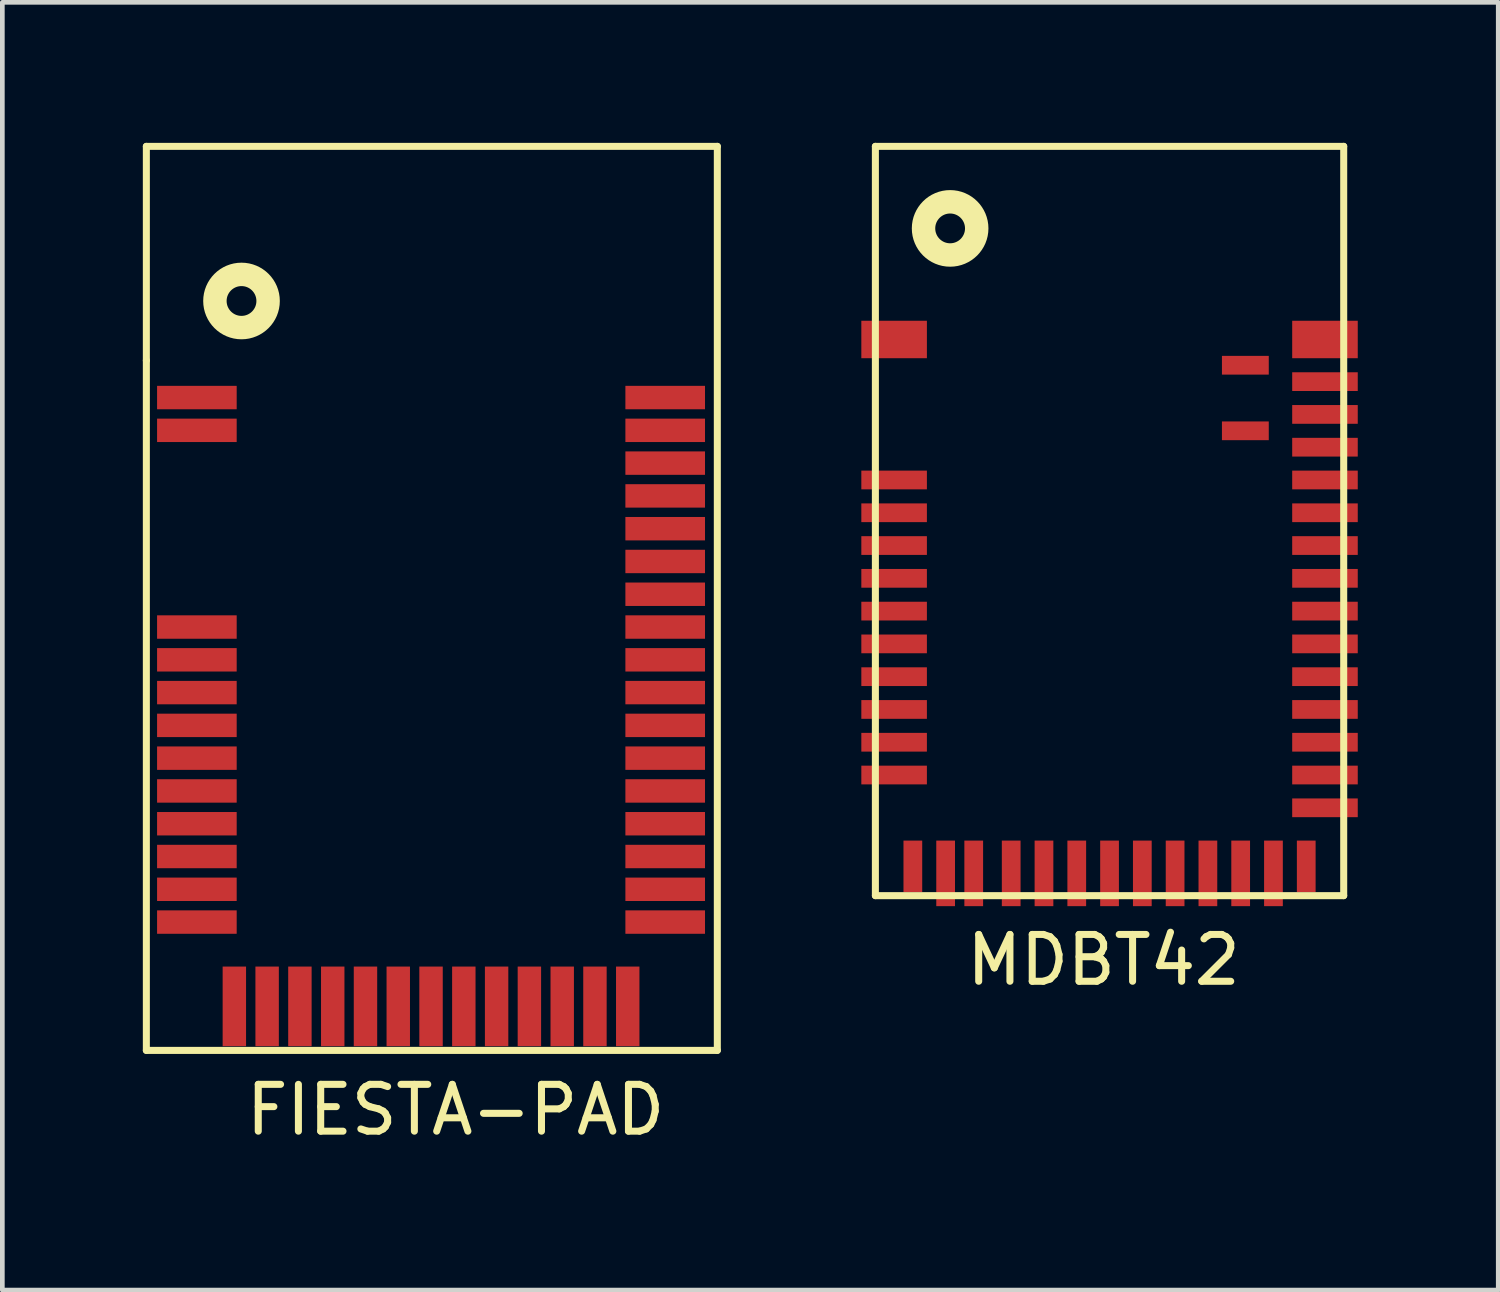
<source format=kicad_pcb>
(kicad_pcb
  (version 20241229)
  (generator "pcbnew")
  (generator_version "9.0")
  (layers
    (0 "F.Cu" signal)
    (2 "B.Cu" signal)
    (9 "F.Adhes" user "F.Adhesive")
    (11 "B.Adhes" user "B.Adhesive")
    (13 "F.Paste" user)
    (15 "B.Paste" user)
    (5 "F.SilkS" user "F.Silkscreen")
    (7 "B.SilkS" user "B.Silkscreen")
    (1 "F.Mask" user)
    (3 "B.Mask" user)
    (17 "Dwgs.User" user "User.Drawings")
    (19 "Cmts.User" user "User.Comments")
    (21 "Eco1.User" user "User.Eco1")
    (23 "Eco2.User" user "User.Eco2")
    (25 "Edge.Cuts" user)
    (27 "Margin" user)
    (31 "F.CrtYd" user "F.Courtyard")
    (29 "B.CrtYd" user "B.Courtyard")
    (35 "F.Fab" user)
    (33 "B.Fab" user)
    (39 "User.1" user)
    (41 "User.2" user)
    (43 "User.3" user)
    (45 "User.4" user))
  (footprint "FIESTA-PAD"
    (layer "F.Cu")
    (at 6.425 14.299)
    (property "Reference" "FIESTA-PAD" (at 0.254 6.35 0) (layer "F.SilkS") (effects (font (size 1 1) (thickness 0.15))))
    (attr through_hole)
    (fp_line (start -6.35 -14.224) (end -6.35 -9.652) (stroke (width 0.15) (type solid)) (layer "F.SilkS"))
    (fp_line (start -6.35 -9.652) (end -6.35 5.08) (stroke (width 0.15) (type solid)) (layer "F.SilkS"))
    (fp_line (start -6.35 5.08) (end 5.842 5.08) (stroke (width 0.15) (type solid)) (layer "F.SilkS"))
    (fp_line (start 5.842 -14.224) (end -6.35 -14.224) (stroke (width 0.15) (type solid)) (layer "F.SilkS"))
    (fp_line (start 5.842 5.08) (end 5.842 -14.224) (stroke (width 0.15) (type solid)) (layer "F.SilkS"))
    (fp_circle (center -4.318 -10.922) (end -4.826 -11.176) (stroke (width 0.5) (type solid)) (fill no) (layer "F.SilkS"))
    (pad "1" smd rect (at -5.271 -8.86) (size 1.7 0.5) (layers "F.Cu" "F.Mask" "F.Paste"))
    (pad "2" smd rect (at -5.271 -8.16) (size 1.7 0.5) (layers "F.Cu" "F.Mask" "F.Paste"))
    (pad "3" smd rect (at -5.271 -3.96) (size 1.7 0.5) (layers "F.Cu" "F.Mask" "F.Paste"))
    (pad "4" smd rect (at -5.271 -3.26) (size 1.7 0.5) (layers "F.Cu" "F.Mask" "F.Paste"))
    (pad "5" smd rect (at -5.271 -2.56) (size 1.7 0.5) (layers "F.Cu" "F.Mask" "F.Paste"))
    (pad "6" smd rect (at -5.271 -1.86) (size 1.7 0.5) (layers "F.Cu" "F.Mask" "F.Paste"))
    (pad "7" smd rect (at -5.271 -1.16) (size 1.7 0.5) (layers "F.Cu" "F.Mask" "F.Paste"))
    (pad "8" smd rect (at -5.271 -0.46) (size 1.7 0.5) (layers "F.Cu" "F.Mask" "F.Paste"))
    (pad "9" smd rect (at -5.271 0.24) (size 1.7 0.5) (layers "F.Cu" "F.Mask" "F.Paste"))
    (pad "10" smd rect (at -5.271 0.94) (size 1.7 0.5) (layers "F.Cu" "F.Mask" "F.Paste"))
    (pad "11" smd rect (at -5.271 1.64) (size 1.7 0.5) (layers "F.Cu" "F.Mask" "F.Paste"))
    (pad "12" smd rect (at -5.271 2.34) (size 1.7 0.5) (layers "F.Cu" "F.Mask" "F.Paste"))
    (pad "13" smd rect (at -4.471 4.14) (size 0.5 1.7) (layers "F.Cu" "F.Mask" "F.Paste"))
    (pad "14" smd rect (at -3.771 4.14) (size 0.5 1.7) (layers "F.Cu" "F.Mask" "F.Paste"))
    (pad "15" smd rect (at -3.071 4.14) (size 0.5 1.7) (layers "F.Cu" "F.Mask" "F.Paste"))
    (pad "16" smd rect (at -2.37 4.14) (size 0.5 1.7) (layers "F.Cu" "F.Mask" "F.Paste"))
    (pad "17" smd rect (at -1.671 4.14) (size 0.5 1.7) (layers "F.Cu" "F.Mask" "F.Paste"))
    (pad "18" smd rect (at -0.971 4.14) (size 0.5 1.7) (layers "F.Cu" "F.Mask" "F.Paste"))
    (pad "19" smd rect (at -0.271 4.14) (size 0.5 1.7) (layers "F.Cu" "F.Mask" "F.Paste"))
    (pad "20" smd rect (at 0.429 4.14) (size 0.5 1.7) (layers "F.Cu" "F.Mask" "F.Paste"))
    (pad "21" smd rect (at 1.129 4.14) (size 0.5 1.7) (layers "F.Cu" "F.Mask" "F.Paste"))
    (pad "22" smd rect (at 1.829 4.14) (size 0.5 1.7) (layers "F.Cu" "F.Mask" "F.Paste"))
    (pad "23" smd rect (at 2.53 4.14) (size 0.5 1.7) (layers "F.Cu" "F.Mask" "F.Paste"))
    (pad "24" smd rect (at 3.229 4.14) (size 0.5 1.7) (layers "F.Cu" "F.Mask" "F.Paste"))
    (pad "25" smd rect (at 3.929 4.14) (size 0.5 1.7) (layers "F.Cu" "F.Mask" "F.Paste"))
    (pad "26" smd rect (at 4.729 2.34) (size 1.7 0.5) (layers "F.Cu" "F.Mask" "F.Paste"))
    (pad "27" smd rect (at 4.729 1.64) (size 1.7 0.5) (layers "F.Cu" "F.Mask" "F.Paste"))
    (pad "28" smd rect (at 4.729 0.94) (size 1.7 0.5) (layers "F.Cu" "F.Mask" "F.Paste"))
    (pad "29" smd rect (at 4.729 0.24) (size 1.7 0.5) (layers "F.Cu" "F.Mask" "F.Paste"))
    (pad "30" smd rect (at 4.729 -0.46) (size 1.7 0.5) (layers "F.Cu" "F.Mask" "F.Paste"))
    (pad "31" smd rect (at 4.729 -1.16) (size 1.7 0.5) (layers "F.Cu" "F.Mask" "F.Paste"))
    (pad "32" smd rect (at 4.729 -1.86) (size 1.7 0.5) (layers "F.Cu" "F.Mask" "F.Paste"))
    (pad "33" smd rect (at 4.729 -2.56) (size 1.7 0.5) (layers "F.Cu" "F.Mask" "F.Paste"))
    (pad "34" smd rect (at 4.729 -3.26) (size 1.7 0.5) (layers "F.Cu" "F.Mask" "F.Paste"))
    (pad "35" smd rect (at 4.729 -3.96) (size 1.7 0.5) (layers "F.Cu" "F.Mask" "F.Paste"))
    (pad "36" smd rect (at 4.729 -4.66) (size 1.7 0.5) (layers "F.Cu" "F.Mask" "F.Paste"))
    (pad "37" smd rect (at 4.729 -5.36) (size 1.7 0.5) (layers "F.Cu" "F.Mask" "F.Paste"))
    (pad "38" smd rect (at 4.729 -6.06) (size 1.7 0.5) (layers "F.Cu" "F.Mask" "F.Paste"))
    (pad "39" smd rect (at 4.729 -6.76) (size 1.7 0.5) (layers "F.Cu" "F.Mask" "F.Paste"))
    (pad "40" smd rect (at 4.729 -7.46) (size 1.7 0.5) (layers "F.Cu" "F.Mask" "F.Paste"))
    (pad "41" smd rect (at 4.729 -8.16) (size 1.7 0.5) (layers "F.Cu" "F.Mask" "F.Paste"))
    (pad "42" smd rect (at 4.729 -8.86) (size 1.7 0.5) (layers "F.Cu" "F.Mask" "F.Paste")))
  (footprint "MDBT42"
    (layer "F.Cu")
    (at 20.642 7.999)
    (property "Reference" "MDBT42" (at -0.127 9.449 0) (layer "F.SilkS") (effects (font (size 1 1) (thickness 0.15))))
    (attr through_hole)
    (fp_line (start -5 -7.924) (end -5 8.076) (stroke (width 0.15) (type solid)) (layer "F.SilkS"))
    (fp_line (start -5 8.076) (end 5 8.076) (stroke (width 0.15) (type solid)) (layer "F.SilkS"))
    (fp_line (start 5 -7.924) (end -5 -7.924) (stroke (width 0.15) (type solid)) (layer "F.SilkS"))
    (fp_line (start 5 8.076) (end 5 -7.924) (stroke (width 0.15) (type solid)) (layer "F.SilkS"))
    (fp_circle (center -3.404 -6.172) (end -3.912 -6.426) (stroke (width 0.5) (type solid)) (fill no) (layer "F.SilkS"))
    (pad "1" smd rect (at -4.6 -3.8) (size 1.4 0.8) (layers "F.Cu" "F.Mask" "F.Paste"))
    (pad "2" smd rect (at -4.6 -0.8) (size 1.4 0.4) (layers "F.Cu" "F.Mask" "F.Paste"))
    (pad "3" smd rect (at -4.6 -0.1) (size 1.4 0.4) (layers "F.Cu" "F.Mask" "F.Paste"))
    (pad "4" smd rect (at -4.6 0.6) (size 1.4 0.4) (layers "F.Cu" "F.Mask" "F.Paste"))
    (pad "5" smd rect (at -4.6 1.3) (size 1.4 0.4) (layers "F.Cu" "F.Mask" "F.Paste"))
    (pad "6" smd rect (at -4.6 2) (size 1.4 0.4) (layers "F.Cu" "F.Mask" "F.Paste"))
    (pad "7" smd rect (at -4.6 2.7) (size 1.4 0.4) (layers "F.Cu" "F.Mask" "F.Paste"))
    (pad "8" smd rect (at -4.6 3.4) (size 1.4 0.4) (layers "F.Cu" "F.Mask" "F.Paste"))
    (pad "9" smd rect (at -4.6 4.1) (size 1.4 0.4) (layers "F.Cu" "F.Mask" "F.Paste"))
    (pad "10" smd rect (at -4.6 4.8) (size 1.4 0.4) (layers "F.Cu" "F.Mask" "F.Paste"))
    (pad "11" smd rect (at -4.6 5.5) (size 1.4 0.4) (layers "F.Cu" "F.Mask" "F.Paste"))
    (pad "12" smd rect (at -4.2 7.45) (size 0.4 1.1) (layers "F.Cu" "F.Mask" "F.Paste"))
    (pad "13" smd rect (at -3.5 7.6) (size 0.4 1.4) (layers "F.Cu" "F.Mask" "F.Paste"))
    (pad "14" smd rect (at -2.9 7.6) (size 0.4 1.4) (layers "F.Cu" "F.Mask" "F.Paste"))
    (pad "15" smd rect (at -2.1 7.6) (size 0.4 1.4) (layers "F.Cu" "F.Mask" "F.Paste"))
    (pad "16" smd rect (at -1.4 7.6) (size 0.4 1.4) (layers "F.Cu" "F.Mask" "F.Paste"))
    (pad "17" smd rect (at -0.7 7.6) (size 0.4 1.4) (layers "F.Cu" "F.Mask" "F.Paste"))
    (pad "18" smd rect (at 0 7.6) (size 0.4 1.4) (layers "F.Cu" "F.Mask" "F.Paste"))
    (pad "19" smd rect (at 0.7 7.6) (size 0.4 1.4) (layers "F.Cu" "F.Mask" "F.Paste"))
    (pad "20" smd rect (at 1.4 7.6) (size 0.4 1.4) (layers "F.Cu" "F.Mask" "F.Paste"))
    (pad "21" smd rect (at 2.1 7.6) (size 0.4 1.4) (layers "F.Cu" "F.Mask" "F.Paste"))
    (pad "22" smd rect (at 2.8 7.6) (size 0.4 1.4) (layers "F.Cu" "F.Mask" "F.Paste"))
    (pad "23" smd rect (at 3.5 7.6) (size 0.4 1.4) (layers "F.Cu" "F.Mask" "F.Paste"))
    (pad "24" smd rect (at 4.2 7.45) (size 0.4 1.1) (layers "F.Cu" "F.Mask" "F.Paste"))
    (pad "25" smd rect (at 4.6 6.2) (size 1.4 0.4) (layers "F.Cu" "F.Mask" "F.Paste"))
    (pad "26" smd rect (at 4.6 5.5) (size 1.4 0.4) (layers "F.Cu" "F.Mask" "F.Paste"))
    (pad "27" smd rect (at 4.6 4.8) (size 1.4 0.4) (layers "F.Cu" "F.Mask" "F.Paste"))
    (pad "28" smd rect (at 4.6 4.1) (size 1.4 0.4) (layers "F.Cu" "F.Mask" "F.Paste"))
    (pad "29" smd rect (at 4.6 3.4) (size 1.4 0.4) (layers "F.Cu" "F.Mask" "F.Paste"))
    (pad "30" smd rect (at 4.6 2.7) (size 1.4 0.4) (layers "F.Cu" "F.Mask" "F.Paste"))
    (pad "31" smd rect (at 4.6 2) (size 1.4 0.4) (layers "F.Cu" "F.Mask" "F.Paste"))
    (pad "32" smd rect (at 4.6 1.3) (size 1.4 0.4) (layers "F.Cu" "F.Mask" "F.Paste"))
    (pad "33" smd rect (at 4.6 0.6) (size 1.4 0.4) (layers "F.Cu" "F.Mask" "F.Paste"))
    (pad "34" smd rect (at 4.6 -0.1) (size 1.4 0.4) (layers "F.Cu" "F.Mask" "F.Paste"))
    (pad "35" smd rect (at 4.6 -0.8) (size 1.4 0.4) (layers "F.Cu" "F.Mask" "F.Paste"))
    (pad "36" smd rect (at 4.6 -1.5) (size 1.4 0.4) (layers "F.Cu" "F.Mask" "F.Paste"))
    (pad "37" smd rect (at 4.6 -2.2) (size 1.4 0.4) (layers "F.Cu" "F.Mask" "F.Paste"))
    (pad "38" smd rect (at 4.6 -2.9) (size 1.4 0.4) (layers "F.Cu" "F.Mask" "F.Paste"))
    (pad "39" smd rect (at 4.6 -3.8) (size 1.4 0.8) (layers "F.Cu" "F.Mask" "F.Paste"))
    (pad "40" smd rect (at 2.9 -3.25) (size 1 0.4) (layers "F.Cu" "F.Mask" "F.Paste"))
    (pad "41" smd rect (at 2.9 -1.85) (size 1 0.4) (layers "F.Cu" "F.Mask" "F.Paste")))
  (gr_rect
    (start -3 -3)
    (end 28.942 24.497)
    (stroke (width 0.1) (type default))
    (fill no)
    (layer "Edge.Cuts")))
</source>
